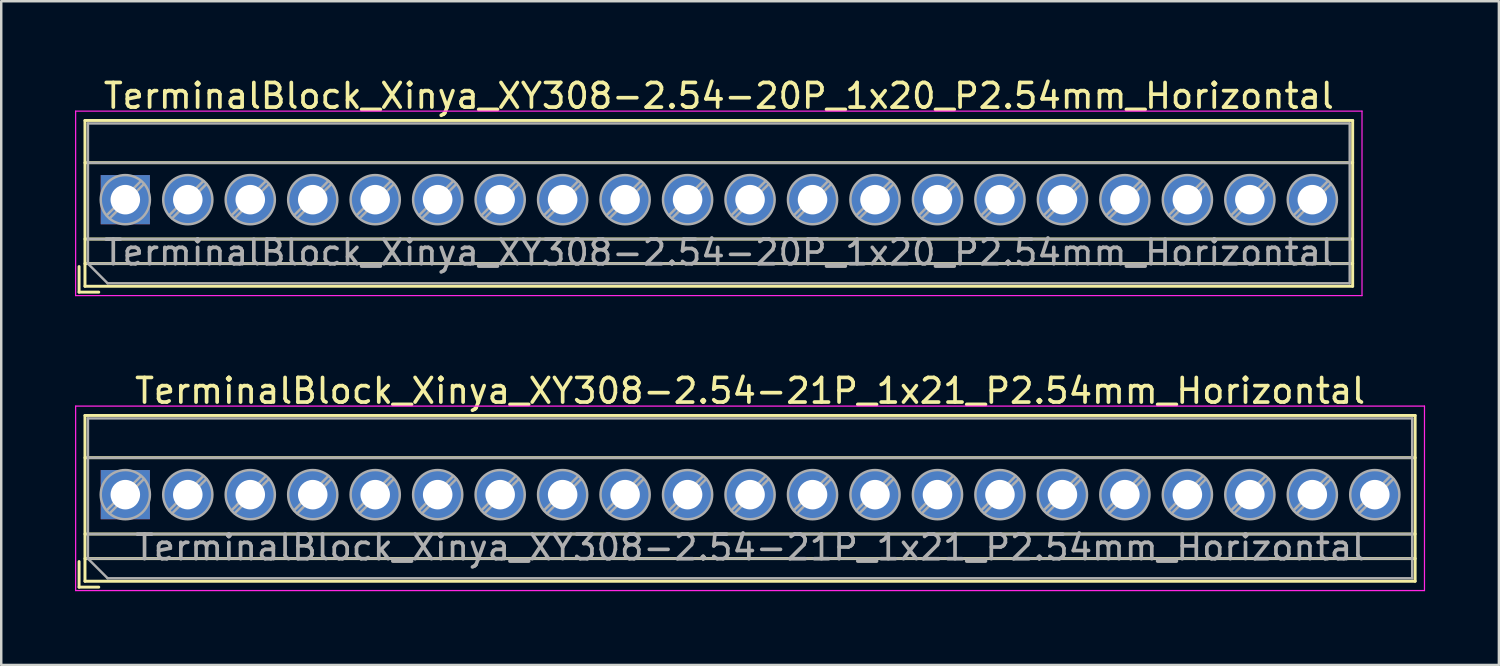
<source format=kicad_pcb>
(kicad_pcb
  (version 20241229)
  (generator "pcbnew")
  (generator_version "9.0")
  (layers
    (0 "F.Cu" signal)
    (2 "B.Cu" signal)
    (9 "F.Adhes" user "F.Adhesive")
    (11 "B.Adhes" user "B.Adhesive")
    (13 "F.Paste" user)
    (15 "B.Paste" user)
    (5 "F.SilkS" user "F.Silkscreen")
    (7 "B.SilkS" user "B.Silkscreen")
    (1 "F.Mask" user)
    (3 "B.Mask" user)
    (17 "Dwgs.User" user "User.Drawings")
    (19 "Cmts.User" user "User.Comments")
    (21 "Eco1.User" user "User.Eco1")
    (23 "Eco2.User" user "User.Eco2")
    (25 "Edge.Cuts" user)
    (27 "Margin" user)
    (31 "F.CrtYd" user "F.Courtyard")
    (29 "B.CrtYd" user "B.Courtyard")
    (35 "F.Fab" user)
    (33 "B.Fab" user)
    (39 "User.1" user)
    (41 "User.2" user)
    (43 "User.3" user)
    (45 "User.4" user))
  (footprint "TerminalBlock_Xinya_XY308-2.54-20P_1x20_P2.54mm_Horizontal"
    (layer "F.Cu")
    (at 2.045 5.068)
    (property "Reference" "TerminalBlock_Xinya_XY308-2.54-20P_1x20_P2.54mm_Horizontal" (at 24.13 -4.22 0) (layer "F.SilkS") (effects (font (size 1 1) (thickness 0.15))))
    (attr through_hole)
    (fp_line (start -1.88 2.72) (end -1.88 3.76) (stroke (width 0.12) (type solid)) (layer "F.SilkS"))
    (fp_line (start -1.88 3.76) (end -1.08 3.76) (stroke (width 0.12) (type solid)) (layer "F.SilkS"))
    (fp_line (start -1.64 -3.22) (end -1.64 3.52) (stroke (width 0.12) (type solid)) (layer "F.SilkS"))
    (fp_line (start -1.64 -3.22) (end 49.9 -3.22) (stroke (width 0.12) (type solid)) (layer "F.SilkS"))
    (fp_line (start -1.64 -1.501) (end 49.9 -1.501) (stroke (width 0.12) (type solid)) (layer "F.SilkS"))
    (fp_line (start -1.64 1.6) (end 49.9 1.6) (stroke (width 0.12) (type solid)) (layer "F.SilkS"))
    (fp_line (start -1.64 2.6) (end 49.9 2.6) (stroke (width 0.12) (type solid)) (layer "F.SilkS"))
    (fp_line (start -1.64 3.52) (end 49.9 3.52) (stroke (width 0.12) (type solid)) (layer "F.SilkS"))
    (fp_line (start 49.9 -3.22) (end 49.9 3.52) (stroke (width 0.12) (type solid)) (layer "F.SilkS"))
    (fp_line (start -2.02 -3.6) (end -2.02 3.9) (stroke (width 0.05) (type solid)) (layer "F.CrtYd"))
    (fp_line (start -2.02 3.9) (end 50.28 3.9) (stroke (width 0.05) (type solid)) (layer "F.CrtYd"))
    (fp_line (start 50.28 -3.6) (end -2.02 -3.6) (stroke (width 0.05) (type solid)) (layer "F.CrtYd"))
    (fp_line (start 50.28 3.9) (end 50.28 -3.6) (stroke (width 0.05) (type solid)) (layer "F.CrtYd"))
    (fp_line (start -1.52 -3.1) (end 49.78 -3.1) (stroke (width 0.1) (type solid)) (layer "F.Fab"))
    (fp_line (start -1.52 -1.5) (end 49.78 -1.5) (stroke (width 0.1) (type solid)) (layer "F.Fab"))
    (fp_line (start -1.52 1.6) (end 49.78 1.6) (stroke (width 0.1) (type solid)) (layer "F.Fab"))
    (fp_line (start -1.52 2.6) (end -1.52 -3.1) (stroke (width 0.1) (type solid)) (layer "F.Fab"))
    (fp_line (start -1.52 2.6) (end 49.78 2.6) (stroke (width 0.1) (type solid)) (layer "F.Fab"))
    (fp_line (start -0.72 3.4) (end -1.52 2.6) (stroke (width 0.1) (type solid)) (layer "F.Fab"))
    (fp_line (start 0.637 -0.759) (end -0.759 0.637) (stroke (width 0.1) (type solid)) (layer "F.Fab"))
    (fp_line (start 0.759 -0.637) (end -0.637 0.759) (stroke (width 0.1) (type solid)) (layer "F.Fab"))
    (fp_line (start 3.177 -0.759) (end 1.782 0.637) (stroke (width 0.1) (type solid)) (layer "F.Fab"))
    (fp_line (start 3.299 -0.637) (end 1.904 0.759) (stroke (width 0.1) (type solid)) (layer "F.Fab"))
    (fp_line (start 5.717 -0.759) (end 4.322 0.637) (stroke (width 0.1) (type solid)) (layer "F.Fab"))
    (fp_line (start 5.839 -0.637) (end 4.444 0.759) (stroke (width 0.1) (type solid)) (layer "F.Fab"))
    (fp_line (start 8.257 -0.759) (end 6.862 0.637) (stroke (width 0.1) (type solid)) (layer "F.Fab"))
    (fp_line (start 8.379 -0.637) (end 6.984 0.759) (stroke (width 0.1) (type solid)) (layer "F.Fab"))
    (fp_line (start 10.797 -0.759) (end 9.402 0.637) (stroke (width 0.1) (type solid)) (layer "F.Fab"))
    (fp_line (start 10.919 -0.637) (end 9.524 0.759) (stroke (width 0.1) (type solid)) (layer "F.Fab"))
    (fp_line (start 13.337 -0.759) (end 11.942 0.637) (stroke (width 0.1) (type solid)) (layer "F.Fab"))
    (fp_line (start 13.459 -0.637) (end 12.064 0.759) (stroke (width 0.1) (type solid)) (layer "F.Fab"))
    (fp_line (start 15.877 -0.759) (end 14.482 0.637) (stroke (width 0.1) (type solid)) (layer "F.Fab"))
    (fp_line (start 15.999 -0.637) (end 14.604 0.759) (stroke (width 0.1) (type solid)) (layer "F.Fab"))
    (fp_line (start 18.417 -0.759) (end 17.022 0.637) (stroke (width 0.1) (type solid)) (layer "F.Fab"))
    (fp_line (start 18.539 -0.637) (end 17.144 0.759) (stroke (width 0.1) (type solid)) (layer "F.Fab"))
    (fp_line (start 20.957 -0.759) (end 19.562 0.637) (stroke (width 0.1) (type solid)) (layer "F.Fab"))
    (fp_line (start 21.079 -0.637) (end 19.684 0.759) (stroke (width 0.1) (type solid)) (layer "F.Fab"))
    (fp_line (start 23.497 -0.759) (end 22.102 0.637) (stroke (width 0.1) (type solid)) (layer "F.Fab"))
    (fp_line (start 23.619 -0.637) (end 22.224 0.759) (stroke (width 0.1) (type solid)) (layer "F.Fab"))
    (fp_line (start 26.037 -0.759) (end 24.642 0.637) (stroke (width 0.1) (type solid)) (layer "F.Fab"))
    (fp_line (start 26.159 -0.637) (end 24.764 0.759) (stroke (width 0.1) (type solid)) (layer "F.Fab"))
    (fp_line (start 28.577 -0.759) (end 27.182 0.637) (stroke (width 0.1) (type solid)) (layer "F.Fab"))
    (fp_line (start 28.699 -0.637) (end 27.304 0.759) (stroke (width 0.1) (type solid)) (layer "F.Fab"))
    (fp_line (start 31.117 -0.759) (end 29.722 0.637) (stroke (width 0.1) (type solid)) (layer "F.Fab"))
    (fp_line (start 31.239 -0.637) (end 29.844 0.759) (stroke (width 0.1) (type solid)) (layer "F.Fab"))
    (fp_line (start 33.657 -0.759) (end 32.262 0.637) (stroke (width 0.1) (type solid)) (layer "F.Fab"))
    (fp_line (start 33.779 -0.637) (end 32.384 0.759) (stroke (width 0.1) (type solid)) (layer "F.Fab"))
    (fp_line (start 36.197 -0.759) (end 34.802 0.637) (stroke (width 0.1) (type solid)) (layer "F.Fab"))
    (fp_line (start 36.319 -0.637) (end 34.924 0.759) (stroke (width 0.1) (type solid)) (layer "F.Fab"))
    (fp_line (start 38.737 -0.759) (end 37.342 0.637) (stroke (width 0.1) (type solid)) (layer "F.Fab"))
    (fp_line (start 38.859 -0.637) (end 37.464 0.759) (stroke (width 0.1) (type solid)) (layer "F.Fab"))
    (fp_line (start 41.277 -0.759) (end 39.882 0.637) (stroke (width 0.1) (type solid)) (layer "F.Fab"))
    (fp_line (start 41.399 -0.637) (end 40.004 0.759) (stroke (width 0.1) (type solid)) (layer "F.Fab"))
    (fp_line (start 43.817 -0.759) (end 42.422 0.637) (stroke (width 0.1) (type solid)) (layer "F.Fab"))
    (fp_line (start 43.939 -0.637) (end 42.544 0.759) (stroke (width 0.1) (type solid)) (layer "F.Fab"))
    (fp_line (start 46.357 -0.759) (end 44.962 0.637) (stroke (width 0.1) (type solid)) (layer "F.Fab"))
    (fp_line (start 46.479 -0.637) (end 45.084 0.759) (stroke (width 0.1) (type solid)) (layer "F.Fab"))
    (fp_line (start 48.897 -0.759) (end 47.502 0.637) (stroke (width 0.1) (type solid)) (layer "F.Fab"))
    (fp_line (start 49.019 -0.637) (end 47.624 0.759) (stroke (width 0.1) (type solid)) (layer "F.Fab"))
    (fp_line (start 49.78 -3.1) (end 49.78 3.4) (stroke (width 0.1) (type solid)) (layer "F.Fab"))
    (fp_line (start 49.78 3.4) (end -0.72 3.4) (stroke (width 0.1) (type solid)) (layer "F.Fab"))
    (fp_circle (center 0 0) (end 1 0) (stroke (width 0.1) (type solid)) (fill no) (layer "F.Fab"))
    (fp_circle (center 2.54 0) (end 3.54 0) (stroke (width 0.1) (type solid)) (fill no) (layer "F.Fab"))
    (fp_circle (center 5.08 0) (end 6.08 0) (stroke (width 0.1) (type solid)) (fill no) (layer "F.Fab"))
    (fp_circle (center 7.62 0) (end 8.62 0) (stroke (width 0.1) (type solid)) (fill no) (layer "F.Fab"))
    (fp_circle (center 10.16 0) (end 11.16 0) (stroke (width 0.1) (type solid)) (fill no) (layer "F.Fab"))
    (fp_circle (center 12.7 0) (end 13.7 0) (stroke (width 0.1) (type solid)) (fill no) (layer "F.Fab"))
    (fp_circle (center 15.24 0) (end 16.24 0) (stroke (width 0.1) (type solid)) (fill no) (layer "F.Fab"))
    (fp_circle (center 17.78 0) (end 18.78 0) (stroke (width 0.1) (type solid)) (fill no) (layer "F.Fab"))
    (fp_circle (center 20.32 0) (end 21.32 0) (stroke (width 0.1) (type solid)) (fill no) (layer "F.Fab"))
    (fp_circle (center 22.86 0) (end 23.86 0) (stroke (width 0.1) (type solid)) (fill no) (layer "F.Fab"))
    (fp_circle (center 25.4 0) (end 26.4 0) (stroke (width 0.1) (type solid)) (fill no) (layer "F.Fab"))
    (fp_circle (center 27.94 0) (end 28.94 0) (stroke (width 0.1) (type solid)) (fill no) (layer "F.Fab"))
    (fp_circle (center 30.48 0) (end 31.48 0) (stroke (width 0.1) (type solid)) (fill no) (layer "F.Fab"))
    (fp_circle (center 33.02 0) (end 34.02 0) (stroke (width 0.1) (type solid)) (fill no) (layer "F.Fab"))
    (fp_circle (center 35.56 0) (end 36.56 0) (stroke (width 0.1) (type solid)) (fill no) (layer "F.Fab"))
    (fp_circle (center 38.1 0) (end 39.1 0) (stroke (width 0.1) (type solid)) (fill no) (layer "F.Fab"))
    (fp_circle (center 40.64 0) (end 41.64 0) (stroke (width 0.1) (type solid)) (fill no) (layer "F.Fab"))
    (fp_circle (center 43.18 0) (end 44.18 0) (stroke (width 0.1) (type solid)) (fill no) (layer "F.Fab"))
    (fp_circle (center 45.72 0) (end 46.72 0) (stroke (width 0.1) (type solid)) (fill no) (layer "F.Fab"))
    (fp_circle (center 48.26 0) (end 49.26 0) (stroke (width 0.1) (type solid)) (fill no) (layer "F.Fab"))
    (fp_text user "${REFERENCE}" (at 24.13 2.15 0) (layer "F.Fab") (effects (font (size 1 1) (thickness 0.15))))
    (pad "1" thru_hole rect (at 0 0) (size 2 2) (drill 1.2) (layers "*.Cu" "*.Mask"))
    (pad "2" thru_hole circle (at 2.54 0) (size 2 2) (drill 1.2) (layers "*.Cu" "*.Mask"))
    (pad "3" thru_hole circle (at 5.08 0) (size 2 2) (drill 1.2) (layers "*.Cu" "*.Mask"))
    (pad "4" thru_hole circle (at 7.62 0) (size 2 2) (drill 1.2) (layers "*.Cu" "*.Mask"))
    (pad "5" thru_hole circle (at 10.16 0) (size 2 2) (drill 1.2) (layers "*.Cu" "*.Mask"))
    (pad "6" thru_hole circle (at 12.7 0) (size 2 2) (drill 1.2) (layers "*.Cu" "*.Mask"))
    (pad "7" thru_hole circle (at 15.24 0) (size 2 2) (drill 1.2) (layers "*.Cu" "*.Mask"))
    (pad "8" thru_hole circle (at 17.78 0) (size 2 2) (drill 1.2) (layers "*.Cu" "*.Mask"))
    (pad "9" thru_hole circle (at 20.32 0) (size 2 2) (drill 1.2) (layers "*.Cu" "*.Mask"))
    (pad "10" thru_hole circle (at 22.86 0) (size 2 2) (drill 1.2) (layers "*.Cu" "*.Mask"))
    (pad "11" thru_hole circle (at 25.4 0) (size 2 2) (drill 1.2) (layers "*.Cu" "*.Mask"))
    (pad "12" thru_hole circle (at 27.94 0) (size 2 2) (drill 1.2) (layers "*.Cu" "*.Mask"))
    (pad "13" thru_hole circle (at 30.48 0) (size 2 2) (drill 1.2) (layers "*.Cu" "*.Mask"))
    (pad "14" thru_hole circle (at 33.02 0) (size 2 2) (drill 1.2) (layers "*.Cu" "*.Mask"))
    (pad "15" thru_hole circle (at 35.56 0) (size 2 2) (drill 1.2) (layers "*.Cu" "*.Mask"))
    (pad "16" thru_hole circle (at 38.1 0) (size 2 2) (drill 1.2) (layers "*.Cu" "*.Mask"))
    (pad "17" thru_hole circle (at 40.64 0) (size 2 2) (drill 1.2) (layers "*.Cu" "*.Mask"))
    (pad "18" thru_hole circle (at 43.18 0) (size 2 2) (drill 1.2) (layers "*.Cu" "*.Mask"))
    (pad "19" thru_hole circle (at 45.72 0) (size 2 2) (drill 1.2) (layers "*.Cu" "*.Mask"))
    (pad "20" thru_hole circle (at 48.26 0) (size 2 2) (drill 1.2) (layers "*.Cu" "*.Mask")))
  (footprint "TerminalBlock_Xinya_XY308-2.54-21P_1x21_P2.54mm_Horizontal"
    (layer "F.Cu")
    (at 2.045 17.061)
    (property "Reference" "TerminalBlock_Xinya_XY308-2.54-21P_1x21_P2.54mm_Horizontal" (at 25.4 -4.22 0) (layer "F.SilkS") (effects (font (size 1 1) (thickness 0.15))))
    (attr through_hole)
    (fp_line (start -1.88 2.72) (end -1.88 3.76) (stroke (width 0.12) (type solid)) (layer "F.SilkS"))
    (fp_line (start -1.88 3.76) (end -1.08 3.76) (stroke (width 0.12) (type solid)) (layer "F.SilkS"))
    (fp_line (start -1.64 -3.22) (end -1.64 3.52) (stroke (width 0.12) (type solid)) (layer "F.SilkS"))
    (fp_line (start -1.64 -3.22) (end 52.44 -3.22) (stroke (width 0.12) (type solid)) (layer "F.SilkS"))
    (fp_line (start -1.64 -1.501) (end 52.44 -1.501) (stroke (width 0.12) (type solid)) (layer "F.SilkS"))
    (fp_line (start -1.64 1.6) (end 52.44 1.6) (stroke (width 0.12) (type solid)) (layer "F.SilkS"))
    (fp_line (start -1.64 2.6) (end 52.44 2.6) (stroke (width 0.12) (type solid)) (layer "F.SilkS"))
    (fp_line (start -1.64 3.52) (end 52.44 3.52) (stroke (width 0.12) (type solid)) (layer "F.SilkS"))
    (fp_line (start 52.44 -3.22) (end 52.44 3.52) (stroke (width 0.12) (type solid)) (layer "F.SilkS"))
    (fp_line (start -2.02 -3.6) (end -2.02 3.9) (stroke (width 0.05) (type solid)) (layer "F.CrtYd"))
    (fp_line (start -2.02 3.9) (end 52.82 3.9) (stroke (width 0.05) (type solid)) (layer "F.CrtYd"))
    (fp_line (start 52.82 -3.6) (end -2.02 -3.6) (stroke (width 0.05) (type solid)) (layer "F.CrtYd"))
    (fp_line (start 52.82 3.9) (end 52.82 -3.6) (stroke (width 0.05) (type solid)) (layer "F.CrtYd"))
    (fp_line (start -1.52 -3.1) (end 52.32 -3.1) (stroke (width 0.1) (type solid)) (layer "F.Fab"))
    (fp_line (start -1.52 -1.5) (end 52.32 -1.5) (stroke (width 0.1) (type solid)) (layer "F.Fab"))
    (fp_line (start -1.52 1.6) (end 52.32 1.6) (stroke (width 0.1) (type solid)) (layer "F.Fab"))
    (fp_line (start -1.52 2.6) (end -1.52 -3.1) (stroke (width 0.1) (type solid)) (layer "F.Fab"))
    (fp_line (start -1.52 2.6) (end 52.32 2.6) (stroke (width 0.1) (type solid)) (layer "F.Fab"))
    (fp_line (start -0.72 3.4) (end -1.52 2.6) (stroke (width 0.1) (type solid)) (layer "F.Fab"))
    (fp_line (start 0.637 -0.759) (end -0.759 0.637) (stroke (width 0.1) (type solid)) (layer "F.Fab"))
    (fp_line (start 0.759 -0.637) (end -0.637 0.759) (stroke (width 0.1) (type solid)) (layer "F.Fab"))
    (fp_line (start 3.177 -0.759) (end 1.782 0.637) (stroke (width 0.1) (type solid)) (layer "F.Fab"))
    (fp_line (start 3.299 -0.637) (end 1.904 0.759) (stroke (width 0.1) (type solid)) (layer "F.Fab"))
    (fp_line (start 5.717 -0.759) (end 4.322 0.637) (stroke (width 0.1) (type solid)) (layer "F.Fab"))
    (fp_line (start 5.839 -0.637) (end 4.444 0.759) (stroke (width 0.1) (type solid)) (layer "F.Fab"))
    (fp_line (start 8.257 -0.759) (end 6.862 0.637) (stroke (width 0.1) (type solid)) (layer "F.Fab"))
    (fp_line (start 8.379 -0.637) (end 6.984 0.759) (stroke (width 0.1) (type solid)) (layer "F.Fab"))
    (fp_line (start 10.797 -0.759) (end 9.402 0.637) (stroke (width 0.1) (type solid)) (layer "F.Fab"))
    (fp_line (start 10.919 -0.637) (end 9.524 0.759) (stroke (width 0.1) (type solid)) (layer "F.Fab"))
    (fp_line (start 13.337 -0.759) (end 11.942 0.637) (stroke (width 0.1) (type solid)) (layer "F.Fab"))
    (fp_line (start 13.459 -0.637) (end 12.064 0.759) (stroke (width 0.1) (type solid)) (layer "F.Fab"))
    (fp_line (start 15.877 -0.759) (end 14.482 0.637) (stroke (width 0.1) (type solid)) (layer "F.Fab"))
    (fp_line (start 15.999 -0.637) (end 14.604 0.759) (stroke (width 0.1) (type solid)) (layer "F.Fab"))
    (fp_line (start 18.417 -0.759) (end 17.022 0.637) (stroke (width 0.1) (type solid)) (layer "F.Fab"))
    (fp_line (start 18.539 -0.637) (end 17.144 0.759) (stroke (width 0.1) (type solid)) (layer "F.Fab"))
    (fp_line (start 20.957 -0.759) (end 19.562 0.637) (stroke (width 0.1) (type solid)) (layer "F.Fab"))
    (fp_line (start 21.079 -0.637) (end 19.684 0.759) (stroke (width 0.1) (type solid)) (layer "F.Fab"))
    (fp_line (start 23.497 -0.759) (end 22.102 0.637) (stroke (width 0.1) (type solid)) (layer "F.Fab"))
    (fp_line (start 23.619 -0.637) (end 22.224 0.759) (stroke (width 0.1) (type solid)) (layer "F.Fab"))
    (fp_line (start 26.037 -0.759) (end 24.642 0.637) (stroke (width 0.1) (type solid)) (layer "F.Fab"))
    (fp_line (start 26.159 -0.637) (end 24.764 0.759) (stroke (width 0.1) (type solid)) (layer "F.Fab"))
    (fp_line (start 28.577 -0.759) (end 27.182 0.637) (stroke (width 0.1) (type solid)) (layer "F.Fab"))
    (fp_line (start 28.699 -0.637) (end 27.304 0.759) (stroke (width 0.1) (type solid)) (layer "F.Fab"))
    (fp_line (start 31.117 -0.759) (end 29.722 0.637) (stroke (width 0.1) (type solid)) (layer "F.Fab"))
    (fp_line (start 31.239 -0.637) (end 29.844 0.759) (stroke (width 0.1) (type solid)) (layer "F.Fab"))
    (fp_line (start 33.657 -0.759) (end 32.262 0.637) (stroke (width 0.1) (type solid)) (layer "F.Fab"))
    (fp_line (start 33.779 -0.637) (end 32.384 0.759) (stroke (width 0.1) (type solid)) (layer "F.Fab"))
    (fp_line (start 36.197 -0.759) (end 34.802 0.637) (stroke (width 0.1) (type solid)) (layer "F.Fab"))
    (fp_line (start 36.319 -0.637) (end 34.924 0.759) (stroke (width 0.1) (type solid)) (layer "F.Fab"))
    (fp_line (start 38.737 -0.759) (end 37.342 0.637) (stroke (width 0.1) (type solid)) (layer "F.Fab"))
    (fp_line (start 38.859 -0.637) (end 37.464 0.759) (stroke (width 0.1) (type solid)) (layer "F.Fab"))
    (fp_line (start 41.277 -0.759) (end 39.882 0.637) (stroke (width 0.1) (type solid)) (layer "F.Fab"))
    (fp_line (start 41.399 -0.637) (end 40.004 0.759) (stroke (width 0.1) (type solid)) (layer "F.Fab"))
    (fp_line (start 43.817 -0.759) (end 42.422 0.637) (stroke (width 0.1) (type solid)) (layer "F.Fab"))
    (fp_line (start 43.939 -0.637) (end 42.544 0.759) (stroke (width 0.1) (type solid)) (layer "F.Fab"))
    (fp_line (start 46.357 -0.759) (end 44.962 0.637) (stroke (width 0.1) (type solid)) (layer "F.Fab"))
    (fp_line (start 46.479 -0.637) (end 45.084 0.759) (stroke (width 0.1) (type solid)) (layer "F.Fab"))
    (fp_line (start 48.897 -0.759) (end 47.502 0.637) (stroke (width 0.1) (type solid)) (layer "F.Fab"))
    (fp_line (start 49.019 -0.637) (end 47.624 0.759) (stroke (width 0.1) (type solid)) (layer "F.Fab"))
    (fp_line (start 51.437 -0.759) (end 50.042 0.637) (stroke (width 0.1) (type solid)) (layer "F.Fab"))
    (fp_line (start 51.559 -0.637) (end 50.164 0.759) (stroke (width 0.1) (type solid)) (layer "F.Fab"))
    (fp_line (start 52.32 -3.1) (end 52.32 3.4) (stroke (width 0.1) (type solid)) (layer "F.Fab"))
    (fp_line (start 52.32 3.4) (end -0.72 3.4) (stroke (width 0.1) (type solid)) (layer "F.Fab"))
    (fp_circle (center 0 0) (end 1 0) (stroke (width 0.1) (type solid)) (fill no) (layer "F.Fab"))
    (fp_circle (center 2.54 0) (end 3.54 0) (stroke (width 0.1) (type solid)) (fill no) (layer "F.Fab"))
    (fp_circle (center 5.08 0) (end 6.08 0) (stroke (width 0.1) (type solid)) (fill no) (layer "F.Fab"))
    (fp_circle (center 7.62 0) (end 8.62 0) (stroke (width 0.1) (type solid)) (fill no) (layer "F.Fab"))
    (fp_circle (center 10.16 0) (end 11.16 0) (stroke (width 0.1) (type solid)) (fill no) (layer "F.Fab"))
    (fp_circle (center 12.7 0) (end 13.7 0) (stroke (width 0.1) (type solid)) (fill no) (layer "F.Fab"))
    (fp_circle (center 15.24 0) (end 16.24 0) (stroke (width 0.1) (type solid)) (fill no) (layer "F.Fab"))
    (fp_circle (center 17.78 0) (end 18.78 0) (stroke (width 0.1) (type solid)) (fill no) (layer "F.Fab"))
    (fp_circle (center 20.32 0) (end 21.32 0) (stroke (width 0.1) (type solid)) (fill no) (layer "F.Fab"))
    (fp_circle (center 22.86 0) (end 23.86 0) (stroke (width 0.1) (type solid)) (fill no) (layer "F.Fab"))
    (fp_circle (center 25.4 0) (end 26.4 0) (stroke (width 0.1) (type solid)) (fill no) (layer "F.Fab"))
    (fp_circle (center 27.94 0) (end 28.94 0) (stroke (width 0.1) (type solid)) (fill no) (layer "F.Fab"))
    (fp_circle (center 30.48 0) (end 31.48 0) (stroke (width 0.1) (type solid)) (fill no) (layer "F.Fab"))
    (fp_circle (center 33.02 0) (end 34.02 0) (stroke (width 0.1) (type solid)) (fill no) (layer "F.Fab"))
    (fp_circle (center 35.56 0) (end 36.56 0) (stroke (width 0.1) (type solid)) (fill no) (layer "F.Fab"))
    (fp_circle (center 38.1 0) (end 39.1 0) (stroke (width 0.1) (type solid)) (fill no) (layer "F.Fab"))
    (fp_circle (center 40.64 0) (end 41.64 0) (stroke (width 0.1) (type solid)) (fill no) (layer "F.Fab"))
    (fp_circle (center 43.18 0) (end 44.18 0) (stroke (width 0.1) (type solid)) (fill no) (layer "F.Fab"))
    (fp_circle (center 45.72 0) (end 46.72 0) (stroke (width 0.1) (type solid)) (fill no) (layer "F.Fab"))
    (fp_circle (center 48.26 0) (end 49.26 0) (stroke (width 0.1) (type solid)) (fill no) (layer "F.Fab"))
    (fp_circle (center 50.8 0) (end 51.8 0) (stroke (width 0.1) (type solid)) (fill no) (layer "F.Fab"))
    (fp_text user "${REFERENCE}" (at 25.4 2.15 0) (layer "F.Fab") (effects (font (size 1 1) (thickness 0.15))))
    (pad "1" thru_hole rect (at 0 0) (size 2 2) (drill 1.2) (layers "*.Cu" "*.Mask"))
    (pad "2" thru_hole circle (at 2.54 0) (size 2 2) (drill 1.2) (layers "*.Cu" "*.Mask"))
    (pad "3" thru_hole circle (at 5.08 0) (size 2 2) (drill 1.2) (layers "*.Cu" "*.Mask"))
    (pad "4" thru_hole circle (at 7.62 0) (size 2 2) (drill 1.2) (layers "*.Cu" "*.Mask"))
    (pad "5" thru_hole circle (at 10.16 0) (size 2 2) (drill 1.2) (layers "*.Cu" "*.Mask"))
    (pad "6" thru_hole circle (at 12.7 0) (size 2 2) (drill 1.2) (layers "*.Cu" "*.Mask"))
    (pad "7" thru_hole circle (at 15.24 0) (size 2 2) (drill 1.2) (layers "*.Cu" "*.Mask"))
    (pad "8" thru_hole circle (at 17.78 0) (size 2 2) (drill 1.2) (layers "*.Cu" "*.Mask"))
    (pad "9" thru_hole circle (at 20.32 0) (size 2 2) (drill 1.2) (layers "*.Cu" "*.Mask"))
    (pad "10" thru_hole circle (at 22.86 0) (size 2 2) (drill 1.2) (layers "*.Cu" "*.Mask"))
    (pad "11" thru_hole circle (at 25.4 0) (size 2 2) (drill 1.2) (layers "*.Cu" "*.Mask"))
    (pad "12" thru_hole circle (at 27.94 0) (size 2 2) (drill 1.2) (layers "*.Cu" "*.Mask"))
    (pad "13" thru_hole circle (at 30.48 0) (size 2 2) (drill 1.2) (layers "*.Cu" "*.Mask"))
    (pad "14" thru_hole circle (at 33.02 0) (size 2 2) (drill 1.2) (layers "*.Cu" "*.Mask"))
    (pad "15" thru_hole circle (at 35.56 0) (size 2 2) (drill 1.2) (layers "*.Cu" "*.Mask"))
    (pad "16" thru_hole circle (at 38.1 0) (size 2 2) (drill 1.2) (layers "*.Cu" "*.Mask"))
    (pad "17" thru_hole circle (at 40.64 0) (size 2 2) (drill 1.2) (layers "*.Cu" "*.Mask"))
    (pad "18" thru_hole circle (at 43.18 0) (size 2 2) (drill 1.2) (layers "*.Cu" "*.Mask"))
    (pad "19" thru_hole circle (at 45.72 0) (size 2 2) (drill 1.2) (layers "*.Cu" "*.Mask"))
    (pad "20" thru_hole circle (at 48.26 0) (size 2 2) (drill 1.2) (layers "*.Cu" "*.Mask"))
    (pad "21" thru_hole circle (at 50.8 0) (size 2 2) (drill 1.2) (layers "*.Cu" "*.Mask")))
  (gr_rect
    (start -3 -3)
    (end 57.89 23.986)
    (stroke (width 0.1) (type default))
    (fill no)
    (layer "Edge.Cuts")))
</source>
